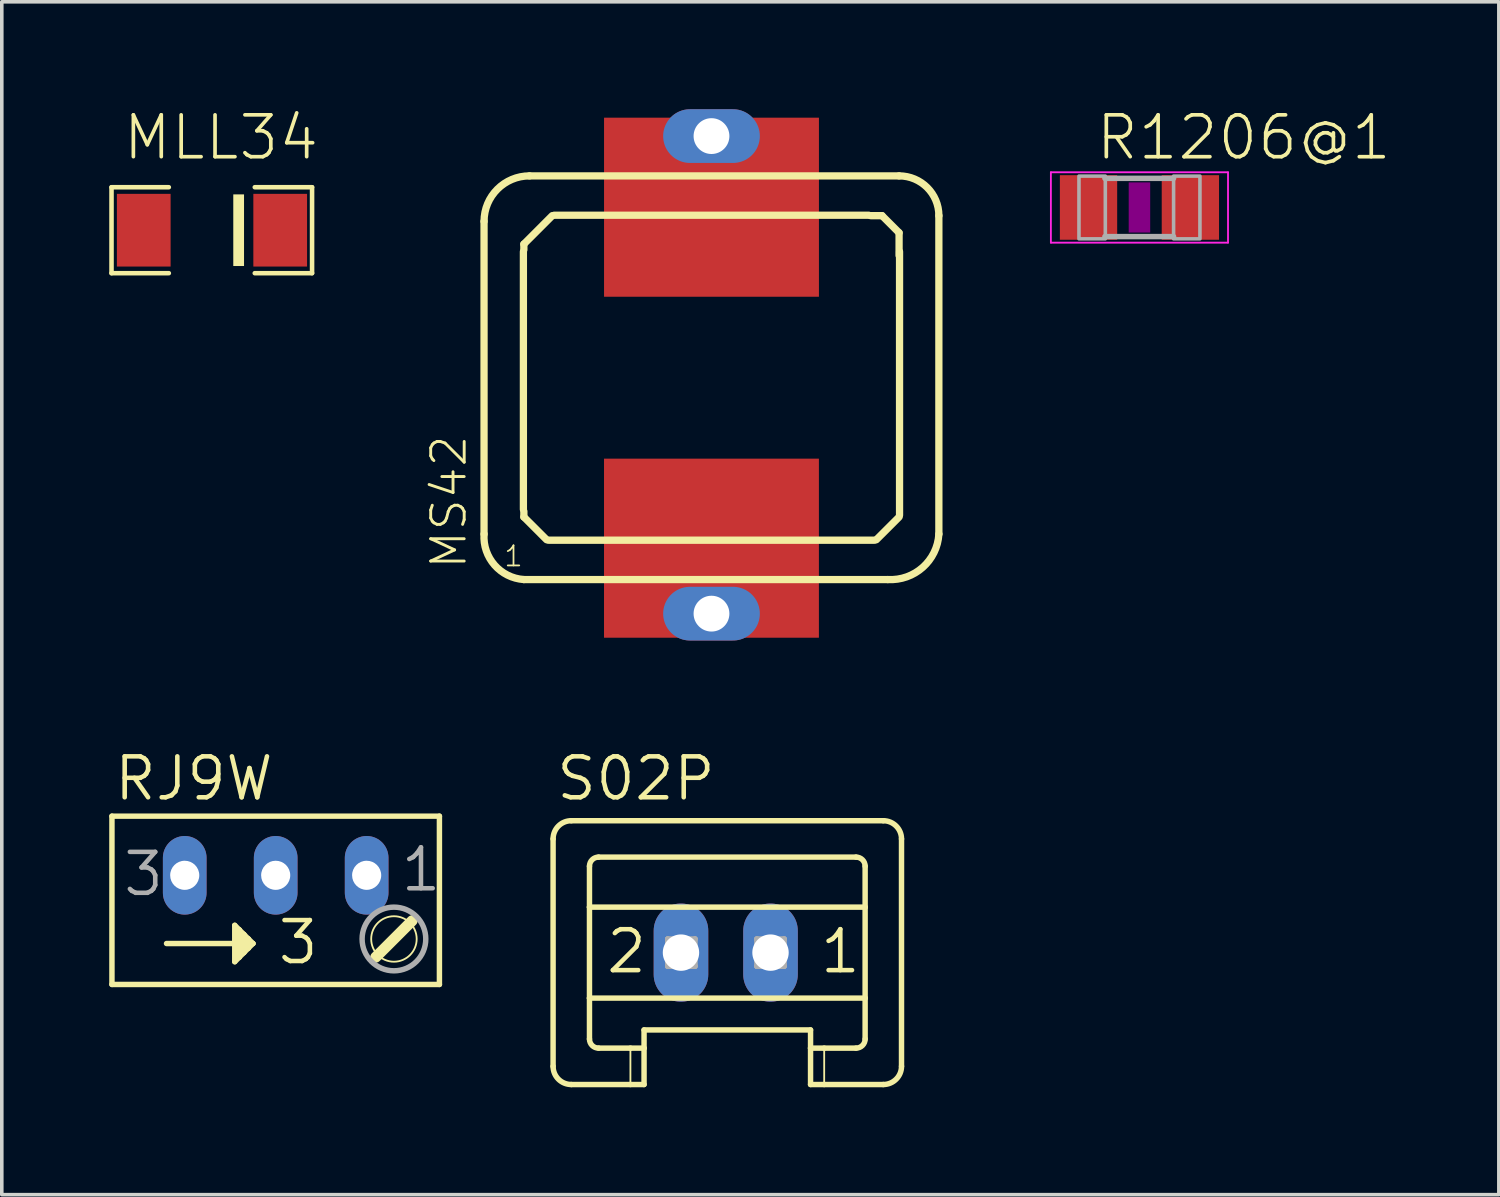
<source format=kicad_pcb>
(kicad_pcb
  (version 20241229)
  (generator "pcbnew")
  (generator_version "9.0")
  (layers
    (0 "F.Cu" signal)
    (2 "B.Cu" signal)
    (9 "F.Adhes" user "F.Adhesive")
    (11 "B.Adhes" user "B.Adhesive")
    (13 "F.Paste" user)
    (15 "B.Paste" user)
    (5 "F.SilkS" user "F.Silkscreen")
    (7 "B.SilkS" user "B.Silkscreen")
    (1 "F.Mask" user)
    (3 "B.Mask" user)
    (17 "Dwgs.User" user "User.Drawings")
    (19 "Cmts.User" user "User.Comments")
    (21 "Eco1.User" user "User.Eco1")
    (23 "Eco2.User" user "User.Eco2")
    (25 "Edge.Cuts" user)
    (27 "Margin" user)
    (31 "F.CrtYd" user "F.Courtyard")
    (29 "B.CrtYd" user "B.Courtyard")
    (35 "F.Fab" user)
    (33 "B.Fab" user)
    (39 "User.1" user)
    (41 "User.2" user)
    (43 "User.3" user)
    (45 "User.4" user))
  (footprint "MLL34"
    (layer "F.Cu")
    (at 0.964 3.378)
    (property "Reference" "MLL34" (at -0.635 -1.905 0) (layer "F.SilkS") (effects (font (size 1.168 1.168) (thickness 0.102)) (justify left bottom)))
    (fp_line (start -0.9 -1.2) (end -0.9 1.2) (stroke (width 0.127) (type solid)) (layer "F.SilkS"))
    (fp_line (start -0.9 1.2) (end 0.7 1.2) (stroke (width 0.127) (type solid)) (layer "F.SilkS"))
    (fp_line (start 0.7 -1.2) (end -0.9 -1.2) (stroke (width 0.127) (type solid)) (layer "F.SilkS"))
    (fp_line (start 3.1 -1.2) (end 4.7 -1.2) (stroke (width 0.127) (type solid)) (layer "F.SilkS"))
    (fp_line (start 4.7 -1.2) (end 4.7 1.2) (stroke (width 0.127) (type solid)) (layer "F.SilkS"))
    (fp_line (start 4.7 1.2) (end 3.1 1.2) (stroke (width 0.127) (type solid)) (layer "F.SilkS"))
    (fp_poly (pts (xy 2.5 1) (xy 2.8 1) (xy 2.8 -1) (xy 2.5 -1)) (stroke (width 0) (type default)) (fill yes) (layer "F.SilkS"))
    (pad "A" smd rect (at 0 0) (size 1.5 2.03) (layers "F.Cu" "F.Mask" "F.Paste"))
    (pad "C" smd rect (at 3.81 0) (size 1.5 2.03) (layers "F.Cu" "F.Mask" "F.Paste")))
  (footprint "MS42"
    (layer "F.Cu")
    (at 12.689 10.91)
    (property "Reference" "MS42" (at -2.659 1.982 90) (layer "F.SilkS") (effects (font (size 0.935 0.935) (thickness 0.081)) (justify left bottom)))
    (fp_line (start -2.223 0.953) (end -2.223 -7.779) (stroke (width 0.203) (type solid)) (layer "F.SilkS"))
    (fp_line (start -1.124 -6.933) (end -1.124 0.265) (stroke (width 0.203) (type solid)) (layer "F.SilkS"))
    (fp_line (start -1.111 -7.144) (end -0.318 -7.938) (stroke (width 0.203) (type solid)) (layer "F.SilkS"))
    (fp_line (start -1.111 -6.985) (end -1.111 -7.144) (stroke (width 0.203) (type solid)) (layer "F.SilkS"))
    (fp_line (start -1.111 0.318) (end -1.111 0.476) (stroke (width 0.203) (type solid)) (layer "F.SilkS"))
    (fp_line (start -1.111 0.476) (end -0.476 1.111) (stroke (width 0.203) (type solid)) (layer "F.SilkS"))
    (fp_line (start -0.953 -9.049) (end 9.366 -9.049) (stroke (width 0.203) (type solid)) (layer "F.SilkS"))
    (fp_line (start -0.424 1.124) (end 8.679 1.124) (stroke (width 0.203) (type solid)) (layer "F.SilkS"))
    (fp_line (start -0.265 -7.95) (end 8.52 -7.95) (stroke (width 0.203) (type solid)) (layer "F.SilkS"))
    (fp_line (start 8.572 -7.938) (end 8.89 -7.938) (stroke (width 0.203) (type solid)) (layer "F.SilkS"))
    (fp_line (start 8.731 1.111) (end 9.366 0.476) (stroke (width 0.203) (type solid)) (layer "F.SilkS"))
    (fp_line (start 8.89 -7.938) (end 9.366 -7.461) (stroke (width 0.203) (type solid)) (layer "F.SilkS"))
    (fp_line (start 9.049 2.223) (end -1.111 2.223) (stroke (width 0.203) (type solid)) (layer "F.SilkS"))
    (fp_line (start 9.366 -7.461) (end 9.366 -6.826) (stroke (width 0.203) (type solid)) (layer "F.SilkS"))
    (fp_line (start 9.379 0.424) (end 9.379 -6.933) (stroke (width 0.203) (type solid)) (layer "F.SilkS"))
    (fp_line (start 10.477 -7.938) (end 10.477 0.953) (stroke (width 0.203) (type solid)) (layer "F.SilkS"))
    (fp_arc (start -2.2225 -7.7788) (mid -1.850555 -8.676855) (end -0.9525 -9.0488) (stroke (width 0.2032) (type solid)) (layer "F.SilkS"))
    (fp_arc (start -1.111299 2.2225) (mid -1.929955 1.817663) (end -2.2225 0.9525) (stroke (width 0.2032) (type solid)) (layer "F.SilkS"))
    (fp_arc (start 9.3662 -9.0488) (mid 10.152008 -8.723308) (end 10.4775 -7.9375) (stroke (width 0.2032) (type solid)) (layer "F.SilkS"))
    (fp_arc (start 10.4775 0.9525) (mid 10.026177 1.883473) (end 9.048698 2.2225) (stroke (width 0.2032) (type solid)) (layer "F.SilkS"))
    (fp_text user "1" (at -1.7 1.9 0) (layer "F.SilkS") (effects (font (size 0.561 0.561) (thickness 0.049)) (justify left bottom)))
    (pad "1" smd rect (at 4.128 -8.174) (size 6 5) (layers "F.Cu" "F.Mask" "F.Paste"))
    (pad "2" smd rect (at 4.127 1.347) (size 6 5) (layers "F.Cu" "F.Mask" "F.Paste"))
    (pad "P1" thru_hole oval (at 4.128 -10.16) (size 2.7 1.5) (drill 1) (layers "*.Cu" "*.Mask"))
    (pad "P2" thru_hole oval (at 4.128 3.175) (size 2.7 1.5) (drill 1) (layers "*.Cu" "*.Mask")))
  (footprint "S02P"
    (layer "F.Cu")
    (at 17.215 23.55)
    (property "Reference" "S02P" (at -4.795 -4.191 0) (layer "F.SilkS") (effects (font (size 1.143 1.143) (thickness 0.127)) (justify left bottom)))
    (fp_line (start -4.821 -3.175) (end -4.821 3.175) (stroke (width 0.152) (type solid)) (layer "F.SilkS"))
    (fp_line (start -4.313 -3.683) (end 4.4 -3.683) (stroke (width 0.152) (type solid)) (layer "F.SilkS"))
    (fp_line (start -3.805 -1.27) (end -3.805 -2.413) (stroke (width 0.152) (type solid)) (layer "F.SilkS"))
    (fp_line (start -3.805 -1.27) (end 3.892 -1.27) (stroke (width 0.152) (type solid)) (layer "F.SilkS"))
    (fp_line (start -3.805 1.27) (end -3.805 -1.27) (stroke (width 0.152) (type solid)) (layer "F.SilkS"))
    (fp_line (start -3.805 1.27) (end 3.892 1.27) (stroke (width 0.152) (type solid)) (layer "F.SilkS"))
    (fp_line (start -3.805 2.413) (end -3.805 1.27) (stroke (width 0.152) (type solid)) (layer "F.SilkS"))
    (fp_line (start -3.551 -2.667) (end 3.638 -2.667) (stroke (width 0.152) (type solid)) (layer "F.SilkS"))
    (fp_line (start -3.551 2.667) (end -2.662 2.667) (stroke (width 0.152) (type solid)) (layer "F.SilkS"))
    (fp_line (start -2.662 2.667) (end -2.662 3.683) (stroke (width 0.051) (type solid)) (layer "F.SilkS"))
    (fp_line (start -2.662 2.667) (end -2.281 2.667) (stroke (width 0.152) (type solid)) (layer "F.SilkS"))
    (fp_line (start -2.662 3.683) (end -4.313 3.683) (stroke (width 0.152) (type solid)) (layer "F.SilkS"))
    (fp_line (start -2.281 2.159) (end 2.368 2.159) (stroke (width 0.152) (type solid)) (layer "F.SilkS"))
    (fp_line (start -2.281 2.667) (end -2.281 2.159) (stroke (width 0.152) (type solid)) (layer "F.SilkS"))
    (fp_line (start -2.281 2.667) (end -2.281 3.683) (stroke (width 0.152) (type solid)) (layer "F.SilkS"))
    (fp_line (start -2.281 3.683) (end -2.662 3.683) (stroke (width 0.152) (type solid)) (layer "F.SilkS"))
    (fp_line (start 2.368 2.667) (end 2.368 2.159) (stroke (width 0.152) (type solid)) (layer "F.SilkS"))
    (fp_line (start 2.368 2.667) (end 2.749 2.667) (stroke (width 0.152) (type solid)) (layer "F.SilkS"))
    (fp_line (start 2.368 3.683) (end 2.368 2.667) (stroke (width 0.152) (type solid)) (layer "F.SilkS"))
    (fp_line (start 2.749 2.667) (end 2.749 3.683) (stroke (width 0.051) (type solid)) (layer "F.SilkS"))
    (fp_line (start 2.749 2.667) (end 3.638 2.667) (stroke (width 0.152) (type solid)) (layer "F.SilkS"))
    (fp_line (start 2.749 3.683) (end 2.368 3.683) (stroke (width 0.152) (type solid)) (layer "F.SilkS"))
    (fp_line (start 3.892 -1.27) (end 3.892 -2.413) (stroke (width 0.152) (type solid)) (layer "F.SilkS"))
    (fp_line (start 3.892 1.27) (end 3.892 -1.27) (stroke (width 0.152) (type solid)) (layer "F.SilkS"))
    (fp_line (start 3.892 2.413) (end 3.892 1.27) (stroke (width 0.152) (type solid)) (layer "F.SilkS"))
    (fp_line (start 4.4 3.683) (end 2.749 3.683) (stroke (width 0.152) (type solid)) (layer "F.SilkS"))
    (fp_line (start 4.908 -3.175) (end 4.908 3.175) (stroke (width 0.152) (type solid)) (layer "F.SilkS"))
    (fp_arc (start -4.821 -3.175) (mid -4.67221 -3.53421) (end -4.313 -3.683) (stroke (width 0.1524) (type solid)) (layer "F.SilkS"))
    (fp_arc (start -4.313 3.683) (mid -4.67221 3.53421) (end -4.821 3.175) (stroke (width 0.1524) (type solid)) (layer "F.SilkS"))
    (fp_arc (start -3.805 -2.413) (mid -3.730605 -2.592605) (end -3.551 -2.667) (stroke (width 0.1524) (type solid)) (layer "F.SilkS"))
    (fp_arc (start -3.551 2.667) (mid -3.730605 2.592605) (end -3.805 2.413) (stroke (width 0.1524) (type solid)) (layer "F.SilkS"))
    (fp_arc (start 3.638 -2.667) (mid 3.817605 -2.592605) (end 3.892 -2.413) (stroke (width 0.1524) (type solid)) (layer "F.SilkS"))
    (fp_arc (start 3.892 2.413) (mid 3.817605 2.592605) (end 3.638 2.667) (stroke (width 0.1524) (type solid)) (layer "F.SilkS"))
    (fp_arc (start 4.4 -3.683) (mid 4.75921 -3.53421) (end 4.908 -3.175) (stroke (width 0.1524) (type solid)) (layer "F.SilkS"))
    (fp_arc (start 4.908 3.175) (mid 4.75921 3.53421) (end 4.4 3.683) (stroke (width 0.1524) (type solid)) (layer "F.SilkS"))
    (fp_line (start -1.62 -0.381) (end -1.62 0.381) (stroke (width 0.152) (type solid)) (layer "F.Fab"))
    (fp_line (start -1.62 -0.381) (end -0.858 0.381) (stroke (width 0.152) (type solid)) (layer "F.Fab"))
    (fp_line (start -1.62 0.381) (end -0.858 0.381) (stroke (width 0.152) (type solid)) (layer "F.Fab"))
    (fp_line (start -0.858 -0.381) (end -1.62 -0.381) (stroke (width 0.152) (type solid)) (layer "F.Fab"))
    (fp_line (start -0.858 -0.381) (end -1.62 0.381) (stroke (width 0.152) (type solid)) (layer "F.Fab"))
    (fp_line (start -0.858 0.381) (end -0.858 -0.381) (stroke (width 0.152) (type solid)) (layer "F.Fab"))
    (fp_line (start 0.869 -0.381) (end 0.869 0.381) (stroke (width 0.152) (type solid)) (layer "F.Fab"))
    (fp_line (start 0.869 -0.381) (end 1.631 0.381) (stroke (width 0.152) (type solid)) (layer "F.Fab"))
    (fp_line (start 0.869 0.381) (end 1.631 0.381) (stroke (width 0.152) (type solid)) (layer "F.Fab"))
    (fp_line (start 1.631 -0.381) (end 0.869 -0.381) (stroke (width 0.152) (type solid)) (layer "F.Fab"))
    (fp_line (start 1.631 -0.381) (end 0.869 0.381) (stroke (width 0.152) (type solid)) (layer "F.Fab"))
    (fp_line (start 1.631 0.381) (end 1.631 -0.381) (stroke (width 0.152) (type solid)) (layer "F.Fab"))
    (fp_text user "1" (at 2.571 0.635 0) (layer "F.SilkS") (effects (font (size 1.143 1.143) (thickness 0.127)) (justify left bottom)))
    (fp_text user "2" (at -3.398 0.635 0) (layer "F.SilkS") (effects (font (size 1.143 1.143) (thickness 0.127)) (justify left bottom)))
    (pad "1" thru_hole oval (at 1.25 0 90) (size 2.743 1.524) (drill 1.016) (layers "*.Cu" "*.Mask"))
    (pad "2" thru_hole oval (at -1.25 0 90) (size 2.743 1.524) (drill 1.016) (layers "*.Cu" "*.Mask")))
  (footprint "R1206@1"
    (layer "F.Cu")
    (at 28.767 2.743)
    (property "Reference" "R1206@1" (at -1.27 -1.27 0) (layer "F.SilkS") (effects (font (size 1.168 1.168) (thickness 0.102)) (justify left bottom)))
    (fp_poly (pts (xy -0.3 0.7) (xy 0.3 0.7) (xy 0.3 -0.7) (xy -0.3 -0.7)) (stroke (width 0) (type default)) (fill yes) (layer "F.Adhes"))
    (fp_line (start -2.473 -0.983) (end 2.473 -0.983) (stroke (width 0.051) (type solid)) (layer "F.CrtYd"))
    (fp_line (start -2.473 0.983) (end -2.473 -0.983) (stroke (width 0.051) (type solid)) (layer "F.CrtYd"))
    (fp_line (start 2.473 -0.983) (end 2.473 0.983) (stroke (width 0.051) (type solid)) (layer "F.CrtYd"))
    (fp_line (start 2.473 0.983) (end -2.473 0.983) (stroke (width 0.051) (type solid)) (layer "F.CrtYd"))
    (fp_line (start 0.953 -0.813) (end -0.965 -0.813) (stroke (width 0.152) (type solid)) (layer "F.Fab"))
    (fp_line (start 0.953 0.813) (end -0.965 0.813) (stroke (width 0.152) (type solid)) (layer "F.Fab"))
    (fp_poly (pts (xy -1.689 0.876) (xy -0.953 0.876) (xy -0.953 -0.876) (xy -1.689 -0.876)) (stroke (width 0.1) (type default)) (fill no) (layer "F.Fab"))
    (fp_poly (pts (xy 0.953 0.876) (xy 1.689 0.876) (xy 1.689 -0.876) (xy 0.953 -0.876)) (stroke (width 0.1) (type default)) (fill no) (layer "F.Fab"))
    (pad "1" smd rect (at -1.422 0) (size 1.6 1.803) (layers "F.Cu" "F.Mask" "F.Paste"))
    (pad "2" smd rect (at 1.422 0) (size 1.6 1.803) (layers "F.Cu" "F.Mask" "F.Paste")))
  (footprint "RJ9W"
    (layer "F.Cu")
    (at 4.648 22.026)
    (property "Reference" "RJ9W" (at -4.572 -2.667 0) (layer "F.SilkS") (effects (font (size 1.143 1.143) (thickness 0.127)) (justify left bottom)))
    (fp_line (start -4.572 2.413) (end -4.572 -2.286) (stroke (width 0.152) (type solid)) (layer "F.SilkS"))
    (fp_line (start -4.572 2.413) (end 4.572 2.413) (stroke (width 0.152) (type solid)) (layer "F.SilkS"))
    (fp_line (start -3.048 1.27) (end -1.016 1.27) (stroke (width 0.152) (type solid)) (layer "F.SilkS"))
    (fp_line (start -1.143 0.762) (end -1.143 1.778) (stroke (width 0.152) (type solid)) (layer "F.SilkS"))
    (fp_line (start -1.143 1.778) (end -1.016 1.651) (stroke (width 0.152) (type solid)) (layer "F.SilkS"))
    (fp_line (start -1.016 0.889) (end -1.143 0.762) (stroke (width 0.152) (type solid)) (layer "F.SilkS"))
    (fp_line (start -1.016 1.27) (end -1.016 0.889) (stroke (width 0.152) (type solid)) (layer "F.SilkS"))
    (fp_line (start -1.016 1.651) (end -1.016 1.27) (stroke (width 0.152) (type solid)) (layer "F.SilkS"))
    (fp_line (start -0.889 1.016) (end -1.016 0.889) (stroke (width 0.152) (type solid)) (layer "F.SilkS"))
    (fp_line (start -0.889 1.524) (end -1.016 1.651) (stroke (width 0.152) (type solid)) (layer "F.SilkS"))
    (fp_line (start -0.889 1.524) (end -0.889 1.016) (stroke (width 0.152) (type solid)) (layer "F.SilkS"))
    (fp_line (start -0.762 1.143) (end -0.889 1.016) (stroke (width 0.152) (type solid)) (layer "F.SilkS"))
    (fp_line (start -0.762 1.397) (end -0.889 1.524) (stroke (width 0.152) (type solid)) (layer "F.SilkS"))
    (fp_line (start -0.762 1.397) (end -0.762 1.143) (stroke (width 0.152) (type solid)) (layer "F.SilkS"))
    (fp_line (start -0.635 1.27) (end -1.016 1.27) (stroke (width 0.152) (type solid)) (layer "F.SilkS"))
    (fp_line (start -0.635 1.27) (end -0.762 1.143) (stroke (width 0.152) (type solid)) (layer "F.SilkS"))
    (fp_line (start -0.635 1.27) (end -0.762 1.397) (stroke (width 0.152) (type solid)) (layer "F.SilkS"))
    (fp_line (start 3.81 0.635) (end 2.794 1.651) (stroke (width 0.305) (type solid)) (layer "F.SilkS"))
    (fp_line (start 4.572 -2.286) (end -4.572 -2.286) (stroke (width 0.152) (type solid)) (layer "F.SilkS"))
    (fp_line (start 4.572 -2.286) (end 4.572 2.413) (stroke (width 0.152) (type solid)) (layer "F.SilkS"))
    (fp_circle (center 3.302 1.143) (end 3.937 1.143) (stroke (width 0.051) (type solid)) (fill no) (layer "F.SilkS"))
    (fp_circle (center 3.302 1.143) (end 4.191 1.143) (stroke (width 0.152) (type solid)) (fill no) (layer "F.Fab"))
    (fp_text user "3" (at 0 1.905 0) (layer "F.SilkS") (effects (font (size 1.143 1.143) (thickness 0.127)) (justify left bottom)))
    (fp_text user "3" (at -4.318 0 0) (layer "F.Fab") (effects (font (size 1.143 1.143) (thickness 0.127)) (justify left bottom)))
    (fp_text user "1" (at 3.429 -0.127 0) (layer "F.Fab") (effects (font (size 1.143 1.143) (thickness 0.127)) (justify left bottom)))
    (pad "A" thru_hole oval (at 2.54 -0.635 90) (size 2.195 1.219) (drill 0.813) (layers "*.Cu" "*.Mask"))
    (pad "E" thru_hole oval (at -2.54 -0.635 90) (size 2.195 1.219) (drill 0.813) (layers "*.Cu" "*.Mask"))
    (pad "S" thru_hole oval (at 0 -0.635 90) (size 2.195 1.219) (drill 0.813) (layers "*.Cu" "*.Mask")))
  (gr_rect
    (start -3 -3)
    (end 38.802 30.309)
    (stroke (width 0.1) (type default))
    (fill no)
    (layer "Edge.Cuts")))
</source>
